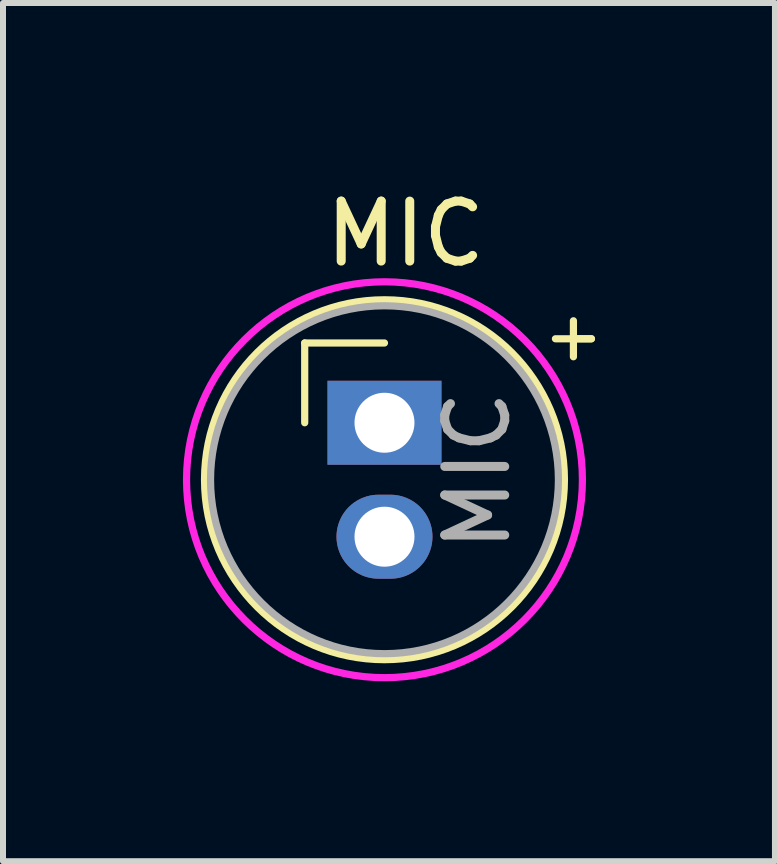
<source format=kicad_pcb>
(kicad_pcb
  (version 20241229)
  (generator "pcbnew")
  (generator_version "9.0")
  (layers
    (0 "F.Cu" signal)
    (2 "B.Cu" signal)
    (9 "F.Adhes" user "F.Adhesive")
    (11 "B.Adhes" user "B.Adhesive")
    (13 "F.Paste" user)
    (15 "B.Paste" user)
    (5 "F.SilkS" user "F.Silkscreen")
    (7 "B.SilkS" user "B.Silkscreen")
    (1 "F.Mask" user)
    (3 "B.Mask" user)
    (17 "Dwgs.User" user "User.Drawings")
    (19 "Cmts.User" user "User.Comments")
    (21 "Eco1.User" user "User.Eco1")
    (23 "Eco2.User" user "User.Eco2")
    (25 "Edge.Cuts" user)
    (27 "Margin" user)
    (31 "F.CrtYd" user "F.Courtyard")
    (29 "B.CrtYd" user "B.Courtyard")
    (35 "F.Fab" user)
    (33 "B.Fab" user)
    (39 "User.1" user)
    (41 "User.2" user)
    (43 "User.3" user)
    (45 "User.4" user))
  (footprint "MIC"
    (layer "F.Cu")
    (at 3.36 3.998)
    (property "Reference" "MIC" (at 0.35 -3.15 0) (layer "F.SilkS") (effects (font (size 1 1) (thickness 0.15))))
    (attr through_hole)
    (fp_line (start -1.33 -1.33) (end 0 -1.33) (stroke (width 0.12) (type solid)) (layer "F.SilkS"))
    (fp_line (start -1.33 0) (end -1.33 -1.33) (stroke (width 0.12) (type solid)) (layer "F.SilkS"))
    (fp_line (start 3.15 -1.7) (end 3.15 -1.1) (stroke (width 0.12) (type solid)) (layer "F.SilkS"))
    (fp_line (start 3.15 -1.4) (end 3.45 -1.4) (stroke (width 0.12) (type solid)) (layer "F.SilkS"))
    (fp_line (start 3.45 -1.4) (end 2.85 -1.4) (stroke (width 0.12) (type solid)) (layer "F.SilkS"))
    (fp_circle (center 0 0.95) (end 3 0.95) (stroke (width 0.12) (type solid)) (fill no) (layer "F.SilkS"))
    (fp_circle (center 0 0.95) (end 3.3 0.95) (stroke (width 0.12) (type solid)) (fill no) (layer "F.CrtYd"))
    (fp_circle (center 0 0.95) (end 2.9 0.95) (stroke (width 0.12) (type solid)) (fill no) (layer "F.Fab"))
    (fp_text user "${REFERENCE}" (at 1.55 0.8 90) (layer "F.Fab") (effects (font (size 1 1) (thickness 0.15))))
    (pad "1" thru_hole rect (at 0 0) (size 1.9 1.4) (drill 1) (layers "*.Cu" "*.Mask"))
    (pad "2" thru_hole oval (at 0 1.9) (size 1.6 1.4) (drill 1) (layers "*.Cu" "*.Mask")))
  (gr_rect
    (start -3 -3)
    (end 9.87 11.308)
    (stroke (width 0.1) (type default))
    (fill no)
    (layer "Edge.Cuts")))
</source>
